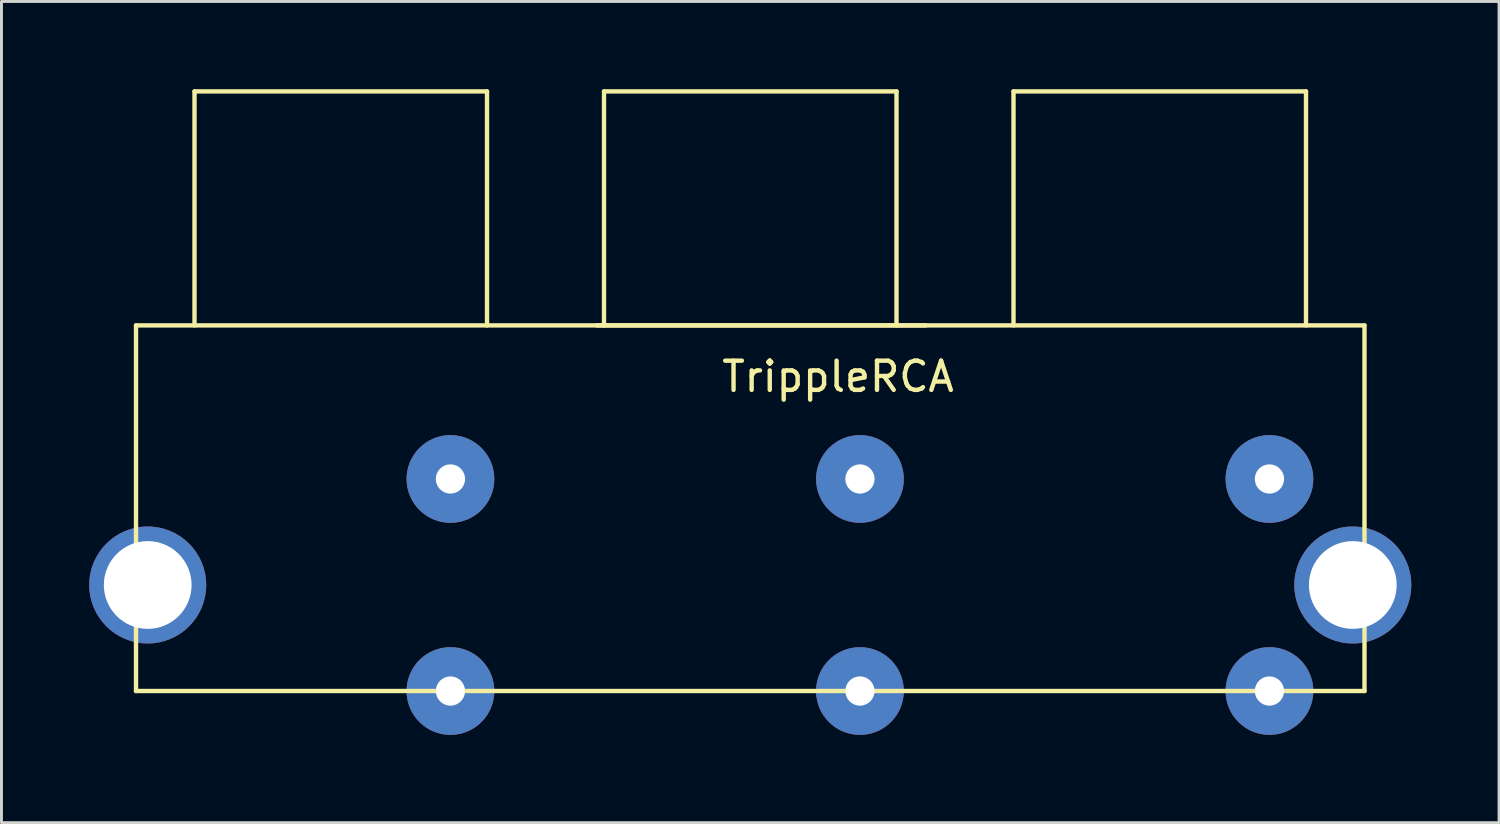
<source format=kicad_pcb>
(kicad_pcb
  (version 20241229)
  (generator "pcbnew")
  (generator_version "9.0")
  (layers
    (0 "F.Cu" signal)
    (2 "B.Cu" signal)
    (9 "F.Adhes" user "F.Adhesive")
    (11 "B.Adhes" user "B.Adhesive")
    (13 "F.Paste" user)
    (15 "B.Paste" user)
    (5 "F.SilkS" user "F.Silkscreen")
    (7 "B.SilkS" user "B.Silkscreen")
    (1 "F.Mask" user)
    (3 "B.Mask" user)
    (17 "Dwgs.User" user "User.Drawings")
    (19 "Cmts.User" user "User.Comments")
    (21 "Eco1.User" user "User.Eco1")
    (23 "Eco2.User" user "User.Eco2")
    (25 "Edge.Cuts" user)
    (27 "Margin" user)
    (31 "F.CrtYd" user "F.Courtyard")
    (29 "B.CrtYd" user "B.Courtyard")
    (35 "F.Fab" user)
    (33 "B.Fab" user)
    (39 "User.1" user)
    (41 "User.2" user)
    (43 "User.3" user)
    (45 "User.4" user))
  (footprint "TrippleRCA"
    (layer "F.Cu")
    (at 22.6 8.075)
    (property "Reference" "TrippleRCA" (at 3 1.75 0) (layer "F.SilkS") (effects (font (size 1 1) (thickness 0.15))))
    (attr through_hole)
    (fp_line (start -21 0) (end -21 12.5) (stroke (width 0.15) (type solid)) (layer "F.SilkS"))
    (fp_line (start -21 12.5) (end 21 12.5) (stroke (width 0.15) (type solid)) (layer "F.SilkS"))
    (fp_line (start -19 -8) (end -19 0) (stroke (width 0.15) (type solid)) (layer "F.SilkS"))
    (fp_line (start -9 -8) (end -19 -8) (stroke (width 0.15) (type solid)) (layer "F.SilkS"))
    (fp_line (start -9 0) (end -9 -8) (stroke (width 0.15) (type solid)) (layer "F.SilkS"))
    (fp_line (start -5.25 0) (end 6 0) (stroke (width 0.15) (type solid)) (layer "F.SilkS"))
    (fp_line (start -5 -8) (end -5 0) (stroke (width 0.15) (type solid)) (layer "F.SilkS"))
    (fp_line (start 5 -8) (end -5 -8) (stroke (width 0.15) (type solid)) (layer "F.SilkS"))
    (fp_line (start 5 0) (end 5 -8) (stroke (width 0.15) (type solid)) (layer "F.SilkS"))
    (fp_line (start 9 -8) (end 19 -8) (stroke (width 0.15) (type solid)) (layer "F.SilkS"))
    (fp_line (start 9 0) (end 9 -8) (stroke (width 0.15) (type solid)) (layer "F.SilkS"))
    (fp_line (start 19 -8) (end 19 0) (stroke (width 0.15) (type solid)) (layer "F.SilkS"))
    (fp_line (start 21 0) (end -21 0) (stroke (width 0.15) (type solid)) (layer "F.SilkS"))
    (fp_line (start 21 12.5) (end 21 0) (stroke (width 0.15) (type solid)) (layer "F.SilkS"))
    (pad "" np_thru_hole circle (at -20.6 8.875) (size 4 4) (drill 3) (layers "*.Cu" "*.Mask"))
    (pad "" np_thru_hole circle (at 20.6 8.875) (size 4 4) (drill 3) (layers "*.Cu" "*.Mask"))
    (pad "1" thru_hole circle (at -10.25 12.5) (size 3 3) (drill 1) (layers "*.Cu" "*.Mask"))
    (pad "2" thru_hole circle (at -10.25 5.25) (size 3 3) (drill 1) (layers "*.Cu" "*.Mask"))
    (pad "3" thru_hole circle (at 3.75 12.5) (size 3 3) (drill 1) (layers "*.Cu" "*.Mask"))
    (pad "4" thru_hole circle (at 3.75 5.25) (size 3 3) (drill 1) (layers "*.Cu" "*.Mask"))
    (pad "5" thru_hole circle (at 17.75 12.5) (size 3 3) (drill 1) (layers "*.Cu" "*.Mask"))
    (pad "6" thru_hole circle (at 17.75 5.25) (size 3 3) (drill 1) (layers "*.Cu" "*.Mask")))
  (gr_rect
    (start -3 -3)
    (end 48.2 25.075)
    (stroke (width 0.1) (type default))
    (fill no)
    (layer "Edge.Cuts")))
</source>
